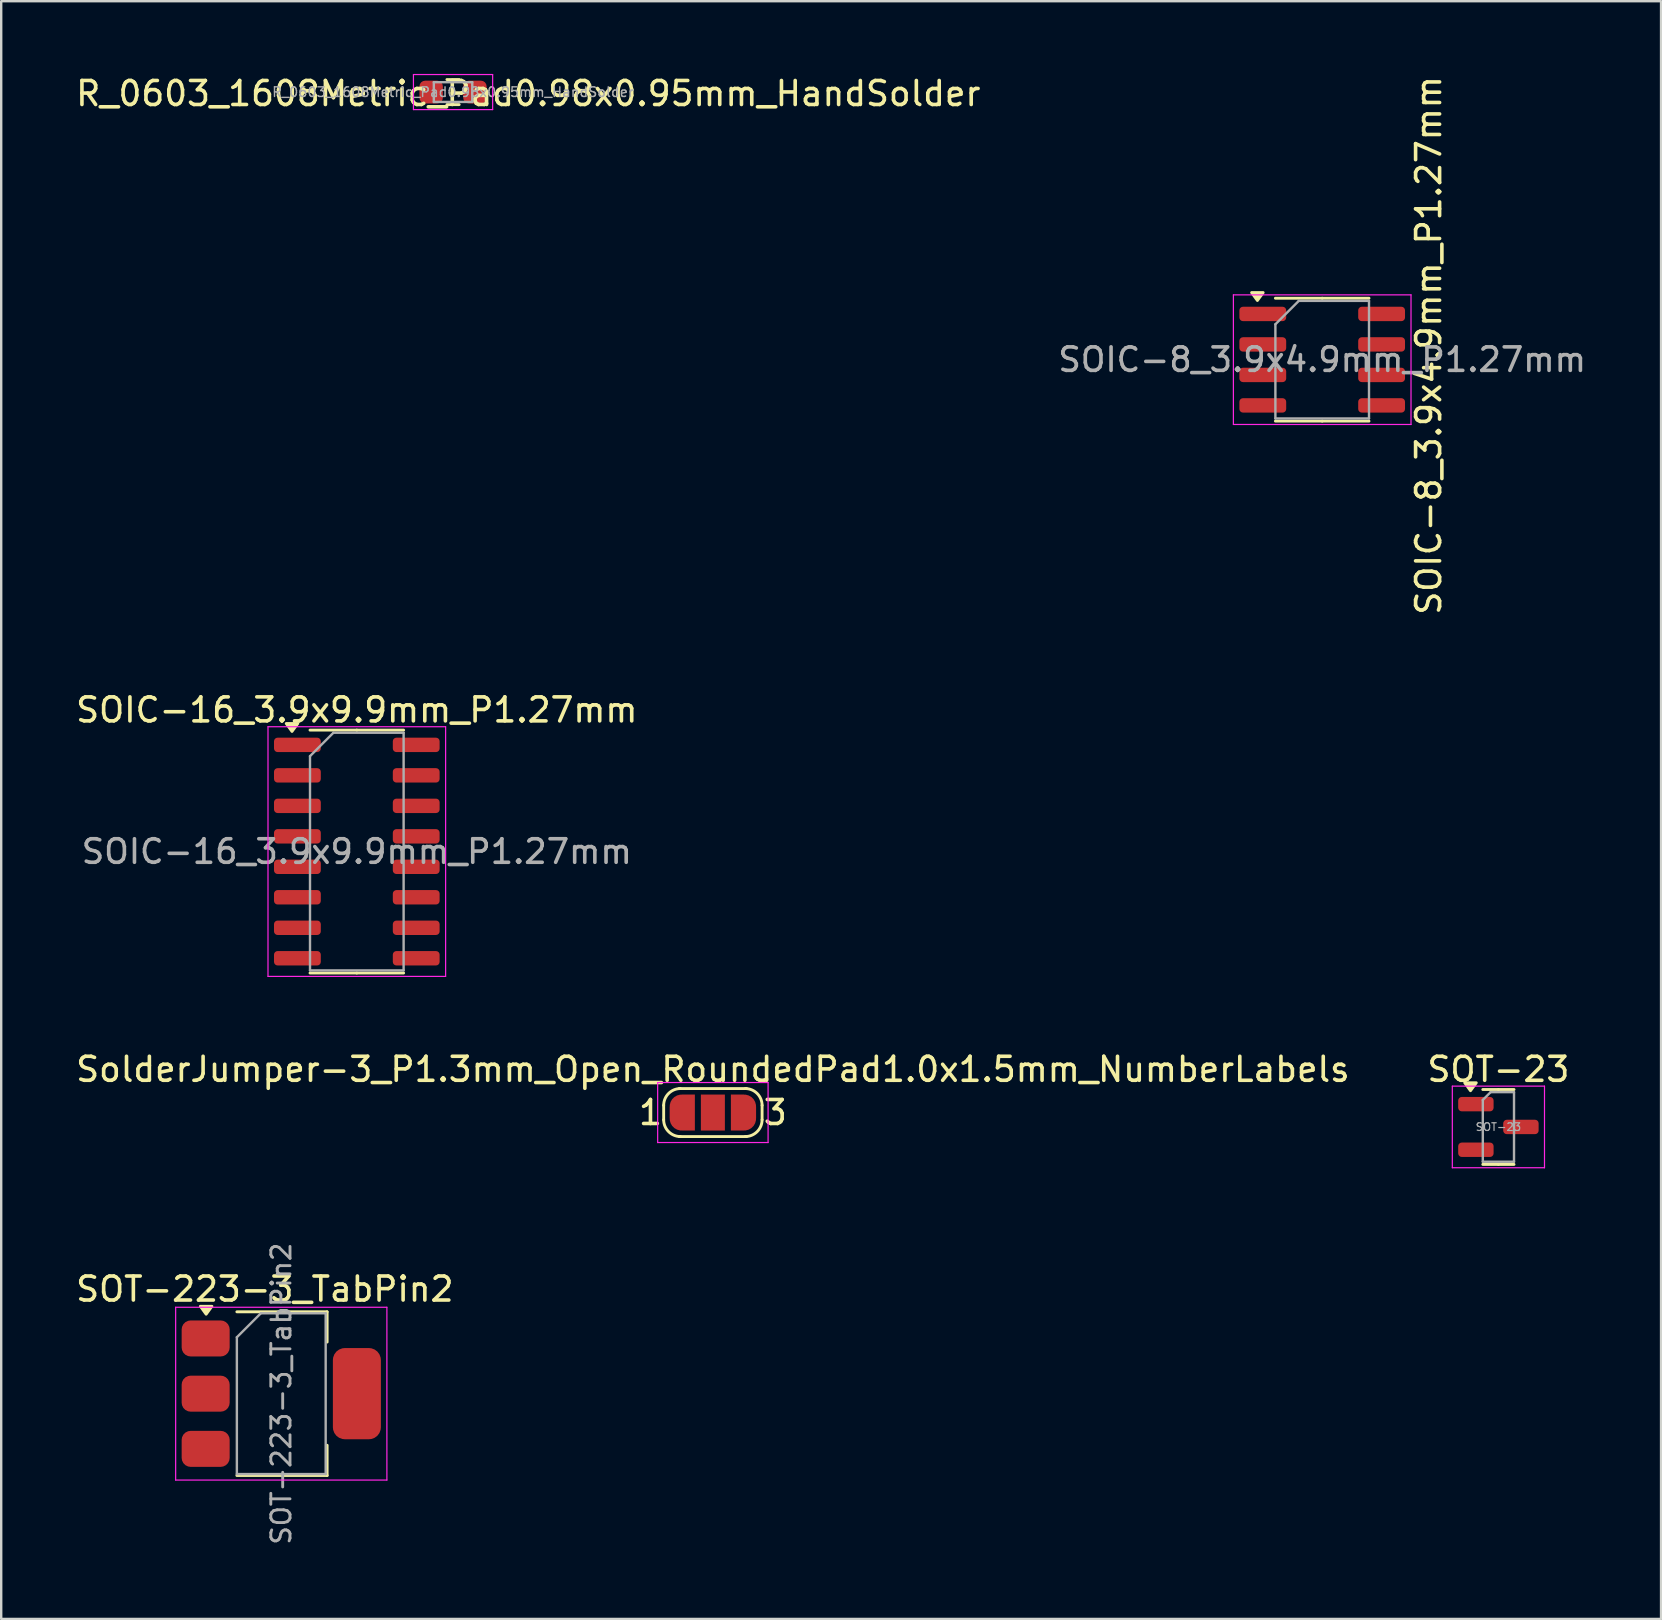
<source format=kicad_pcb>
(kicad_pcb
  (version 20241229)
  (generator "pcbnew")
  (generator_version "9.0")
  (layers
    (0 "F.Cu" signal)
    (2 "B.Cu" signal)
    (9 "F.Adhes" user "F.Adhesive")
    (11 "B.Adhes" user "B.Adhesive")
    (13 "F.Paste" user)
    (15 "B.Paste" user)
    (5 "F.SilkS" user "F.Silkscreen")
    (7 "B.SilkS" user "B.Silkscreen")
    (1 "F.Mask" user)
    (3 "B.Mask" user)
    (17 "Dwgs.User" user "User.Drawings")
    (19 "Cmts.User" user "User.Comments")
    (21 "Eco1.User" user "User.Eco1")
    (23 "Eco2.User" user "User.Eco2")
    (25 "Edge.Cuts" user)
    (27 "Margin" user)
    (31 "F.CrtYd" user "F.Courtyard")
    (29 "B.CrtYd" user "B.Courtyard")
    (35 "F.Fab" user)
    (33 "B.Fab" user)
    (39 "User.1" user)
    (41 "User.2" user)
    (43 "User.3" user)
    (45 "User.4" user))
  (footprint "SOT-223-3_TabPin2"
    (layer "F.Cu")
    (at 8.668 55.011)
    (property "Reference" "SOT-223-3_TabPin2" (at -0.686 -4.356 0) (layer "F.SilkS") (effects (font (size 1 1) (thickness 0.15))))
    (attr smd)
    (fp_line (start -1.85 -3.41) (end 1.91 -3.41) (stroke (width 0.12) (type solid)) (layer "F.SilkS"))
    (fp_line (start -1.85 3.41) (end 1.91 3.41) (stroke (width 0.12) (type solid)) (layer "F.SilkS"))
    (fp_line (start 1.91 -3.41) (end 1.91 -2.15) (stroke (width 0.12) (type solid)) (layer "F.SilkS"))
    (fp_line (start 1.91 3.41) (end 1.91 2.15) (stroke (width 0.12) (type solid)) (layer "F.SilkS"))
    (fp_poly (pts (xy -3.13 -3.31) (xy -3.37 -3.64) (xy -2.89 -3.64) (xy -3.13 -3.31)) (stroke (width 0.12) (type solid)) (fill yes) (layer "F.SilkS"))
    (fp_line (start -4.4 -3.6) (end -4.4 3.6) (stroke (width 0.05) (type solid)) (layer "F.CrtYd"))
    (fp_line (start -4.4 3.6) (end 4.4 3.6) (stroke (width 0.05) (type solid)) (layer "F.CrtYd"))
    (fp_line (start 4.4 -3.6) (end -4.4 -3.6) (stroke (width 0.05) (type solid)) (layer "F.CrtYd"))
    (fp_line (start 4.4 3.6) (end 4.4 -3.6) (stroke (width 0.05) (type solid)) (layer "F.CrtYd"))
    (fp_line (start -1.85 -2.35) (end -1.85 3.35) (stroke (width 0.1) (type solid)) (layer "F.Fab"))
    (fp_line (start -1.85 -2.35) (end -0.85 -3.35) (stroke (width 0.1) (type solid)) (layer "F.Fab"))
    (fp_line (start -1.85 3.35) (end 1.85 3.35) (stroke (width 0.1) (type solid)) (layer "F.Fab"))
    (fp_line (start -0.85 -3.35) (end 1.85 -3.35) (stroke (width 0.1) (type solid)) (layer "F.Fab"))
    (fp_line (start 1.85 -3.35) (end 1.85 3.35) (stroke (width 0.1) (type solid)) (layer "F.Fab"))
    (fp_text user "${REFERENCE}" (at 0 0 90) (layer "F.Fab") (effects (font (size 0.8 0.8) (thickness 0.12))))
    (pad "1" smd roundrect (at -3.15 -2.3) (size 2 1.5) (layers "F.Cu" "F.Mask" "F.Paste") (roundrect_rratio 0.25))
    (pad "2" smd roundrect (at -3.15 0) (size 2 1.5) (layers "F.Cu" "F.Mask" "F.Paste") (roundrect_rratio 0.25))
    (pad "2" smd roundrect (at 3.15 0) (size 2 3.8) (layers "F.Cu" "F.Mask" "F.Paste") (roundrect_rratio 0.25))
    (pad "3" smd roundrect (at -3.15 2.3) (size 2 1.5) (layers "F.Cu" "F.Mask" "F.Paste") (roundrect_rratio 0.25)))
  (footprint "SOIC-8_3.9x4.9mm_P1.27mm"
    (layer "F.Cu")
    (at 52.034 11.934)
    (property "Reference" "SOIC-8_3.9x4.9mm_P1.27mm" (at 4.436 -0.595 90) (layer "F.SilkS") (effects (font (size 1 1) (thickness 0.15))))
    (attr smd)
    (fp_line (start 0 -2.56) (end -1.95 -2.56) (stroke (width 0.12) (type solid)) (layer "F.SilkS"))
    (fp_line (start 0 -2.56) (end 1.95 -2.56) (stroke (width 0.12) (type solid)) (layer "F.SilkS"))
    (fp_line (start 0 2.56) (end -1.95 2.56) (stroke (width 0.12) (type solid)) (layer "F.SilkS"))
    (fp_line (start 0 2.56) (end 1.95 2.56) (stroke (width 0.12) (type solid)) (layer "F.SilkS"))
    (fp_poly (pts (xy -2.7 -2.465) (xy -2.94 -2.795) (xy -2.46 -2.795) (xy -2.7 -2.465)) (stroke (width 0.12) (type solid)) (fill yes) (layer "F.SilkS"))
    (fp_line (start -3.7 -2.7) (end -3.7 2.7) (stroke (width 0.05) (type solid)) (layer "F.CrtYd"))
    (fp_line (start -3.7 2.7) (end 3.7 2.7) (stroke (width 0.05) (type solid)) (layer "F.CrtYd"))
    (fp_line (start 3.7 -2.7) (end -3.7 -2.7) (stroke (width 0.05) (type solid)) (layer "F.CrtYd"))
    (fp_line (start 3.7 2.7) (end 3.7 -2.7) (stroke (width 0.05) (type solid)) (layer "F.CrtYd"))
    (fp_line (start -1.95 -1.475) (end -0.975 -2.45) (stroke (width 0.1) (type solid)) (layer "F.Fab"))
    (fp_line (start -1.95 2.45) (end -1.95 -1.475) (stroke (width 0.1) (type solid)) (layer "F.Fab"))
    (fp_line (start -0.975 -2.45) (end 1.95 -2.45) (stroke (width 0.1) (type solid)) (layer "F.Fab"))
    (fp_line (start 1.95 -2.45) (end 1.95 2.45) (stroke (width 0.1) (type solid)) (layer "F.Fab"))
    (fp_line (start 1.95 2.45) (end -1.95 2.45) (stroke (width 0.1) (type solid)) (layer "F.Fab"))
    (fp_text user "${REFERENCE}" (at 0 0 0) (layer "F.Fab") (effects (font (size 0.98 0.98) (thickness 0.15))))
    (pad "1" smd roundrect (at -2.475 -1.905) (size 1.95 0.6) (layers "F.Cu" "F.Mask" "F.Paste") (roundrect_rratio 0.25))
    (pad "2" smd roundrect (at -2.475 -0.635) (size 1.95 0.6) (layers "F.Cu" "F.Mask" "F.Paste") (roundrect_rratio 0.25))
    (pad "3" smd roundrect (at -2.475 0.635) (size 1.95 0.6) (layers "F.Cu" "F.Mask" "F.Paste") (roundrect_rratio 0.25))
    (pad "4" smd roundrect (at -2.475 1.905) (size 1.95 0.6) (layers "F.Cu" "F.Mask" "F.Paste") (roundrect_rratio 0.25))
    (pad "5" smd roundrect (at 2.475 1.905) (size 1.95 0.6) (layers "F.Cu" "F.Mask" "F.Paste") (roundrect_rratio 0.25))
    (pad "6" smd roundrect (at 2.475 0.635) (size 1.95 0.6) (layers "F.Cu" "F.Mask" "F.Paste") (roundrect_rratio 0.25))
    (pad "7" smd roundrect (at 2.475 -0.635) (size 1.95 0.6) (layers "F.Cu" "F.Mask" "F.Paste") (roundrect_rratio 0.25))
    (pad "8" smd roundrect (at 2.475 -1.905) (size 1.95 0.6) (layers "F.Cu" "F.Mask" "F.Paste") (roundrect_rratio 0.25)))
  (footprint "SOT-23"
    (layer "F.Cu")
    (at 59.375 43.9)
    (property "Reference" "SOT-23" (at 0 -2.4 0) (layer "F.SilkS") (effects (font (size 1 1) (thickness 0.15))))
    (attr smd)
    (fp_line (start 0 -1.56) (end -0.65 -1.56) (stroke (width 0.12) (type solid)) (layer "F.SilkS"))
    (fp_line (start 0 -1.56) (end 0.65 -1.56) (stroke (width 0.12) (type solid)) (layer "F.SilkS"))
    (fp_line (start 0 1.56) (end -0.65 1.56) (stroke (width 0.12) (type solid)) (layer "F.SilkS"))
    (fp_line (start 0 1.56) (end 0.65 1.56) (stroke (width 0.12) (type solid)) (layer "F.SilkS"))
    (fp_poly (pts (xy -1.163 -1.51) (xy -1.403 -1.84) (xy -0.922 -1.84) (xy -1.163 -1.51)) (stroke (width 0.12) (type solid)) (fill yes) (layer "F.SilkS"))
    (fp_line (start -1.92 -1.7) (end -1.92 1.7) (stroke (width 0.05) (type solid)) (layer "F.CrtYd"))
    (fp_line (start -1.92 1.7) (end 1.92 1.7) (stroke (width 0.05) (type solid)) (layer "F.CrtYd"))
    (fp_line (start 1.92 -1.7) (end -1.92 -1.7) (stroke (width 0.05) (type solid)) (layer "F.CrtYd"))
    (fp_line (start 1.92 1.7) (end 1.92 -1.7) (stroke (width 0.05) (type solid)) (layer "F.CrtYd"))
    (fp_line (start -0.65 -1.125) (end -0.325 -1.45) (stroke (width 0.1) (type solid)) (layer "F.Fab"))
    (fp_line (start -0.65 1.45) (end -0.65 -1.125) (stroke (width 0.1) (type solid)) (layer "F.Fab"))
    (fp_line (start -0.325 -1.45) (end 0.65 -1.45) (stroke (width 0.1) (type solid)) (layer "F.Fab"))
    (fp_line (start 0.65 -1.45) (end 0.65 1.45) (stroke (width 0.1) (type solid)) (layer "F.Fab"))
    (fp_line (start 0.65 1.45) (end -0.65 1.45) (stroke (width 0.1) (type solid)) (layer "F.Fab"))
    (fp_text user "${REFERENCE}" (at 0 0 0) (layer "F.Fab") (effects (font (size 0.32 0.32) (thickness 0.05))))
    (pad "1" smd roundrect (at -0.938 -0.95) (size 1.475 0.6) (layers "F.Cu" "F.Mask" "F.Paste") (roundrect_rratio 0.25))
    (pad "2" smd roundrect (at -0.938 0.95) (size 1.475 0.6) (layers "F.Cu" "F.Mask" "F.Paste") (roundrect_rratio 0.25))
    (pad "3" smd roundrect (at 0.938 0) (size 1.475 0.6) (layers "F.Cu" "F.Mask" "F.Paste") (roundrect_rratio 0.25)))
  (footprint "SolderJumper-3_P1.3mm_Open_RoundedPad1.0x1.5mm_NumberLabels"
    (layer "F.Cu")
    (at 26.649 43.3)
    (property "Reference" "SolderJumper-3_P1.3mm_Open_RoundedPad1.0x1.5mm_NumberLabels" (at 0 -1.8 0) (layer "F.SilkS") (effects (font (size 1 1) (thickness 0.15))))
    (attr exclude_from_pos_files exclude_from_bom)
    (fp_line (start -2.05 0.3) (end -2.05 -0.3) (stroke (width 0.12) (type solid)) (layer "F.SilkS"))
    (fp_line (start -1.4 -1) (end 1.4 -1) (stroke (width 0.12) (type solid)) (layer "F.SilkS"))
    (fp_line (start 1.4 1) (end -1.4 1) (stroke (width 0.12) (type solid)) (layer "F.SilkS"))
    (fp_line (start 2.05 -0.3) (end 2.05 0.3) (stroke (width 0.12) (type solid)) (layer "F.SilkS"))
    (fp_arc (start -2.05 -0.3) (mid -1.844975 -0.794975) (end -1.35 -1) (stroke (width 0.12) (type solid)) (layer "F.SilkS"))
    (fp_arc (start -1.35 1) (mid -1.844975 0.794975) (end -2.05 0.3) (stroke (width 0.12) (type solid)) (layer "F.SilkS"))
    (fp_arc (start 1.35 -1) (mid 1.844975 -0.794975) (end 2.05 -0.3) (stroke (width 0.12) (type solid)) (layer "F.SilkS"))
    (fp_arc (start 2.05 0.3) (mid 1.844975 0.794975) (end 1.35 1) (stroke (width 0.12) (type solid)) (layer "F.SilkS"))
    (fp_line (start -2.3 -1.25) (end -2.3 1.25) (stroke (width 0.05) (type solid)) (layer "F.CrtYd"))
    (fp_line (start -2.3 -1.25) (end 2.3 -1.25) (stroke (width 0.05) (type solid)) (layer "F.CrtYd"))
    (fp_line (start 2.3 1.25) (end -2.3 1.25) (stroke (width 0.05) (type solid)) (layer "F.CrtYd"))
    (fp_line (start 2.3 1.25) (end 2.3 -1.25) (stroke (width 0.05) (type solid)) (layer "F.CrtYd"))
    (fp_text user "3" (at 2.6 0 0) (layer "F.SilkS") (effects (font (size 1 1) (thickness 0.15))))
    (fp_text user "1" (at -2.6 0 0) (layer "F.SilkS") (effects (font (size 1 1) (thickness 0.15))))
    (pad "1" smd custom (at -1.3 0) (size 1 0.5) (layers "F.Cu" "F.Mask") (options (anchor rect)) (primitives (gr_circle (center 0 0.25) (end 0.5 0.25) (width 0) (fill yes)) (gr_circle (center 0 -0.25) (end 0.5 -0.25) (width 0) (fill yes)) (gr_poly (pts (xy 0.55 0.75) (xy 0 0.75) (xy 0 -0.75) (xy 0.55 -0.75)) (width 0) (fill yes))))
    (pad "2" smd rect (at 0 0) (size 1 1.5) (layers "F.Cu" "F.Mask"))
    (pad "3" smd custom (at 1.3 0) (size 1 0.5) (layers "F.Cu" "F.Mask") (options (anchor rect)) (primitives (gr_circle (center 0 0.25) (end 0.5 0.25) (width 0) (fill yes)) (gr_circle (center 0 -0.25) (end 0.5 -0.25) (width 0) (fill yes)) (gr_poly (pts (xy 0 0.75) (xy -0.55 0.75) (xy -0.55 -0.75) (xy 0 -0.75)) (width 0) (fill yes)))))
  (footprint "SOIC-16_3.9x9.9mm_P1.27mm"
    (layer "F.Cu")
    (at 11.815 32.427)
    (property "Reference" "SOIC-16_3.9x9.9mm_P1.27mm" (at 0 -5.9 0) (layer "F.SilkS") (effects (font (size 1 1) (thickness 0.15))))
    (attr smd)
    (fp_line (start 0 -5.06) (end -1.95 -5.06) (stroke (width 0.12) (type solid)) (layer "F.SilkS"))
    (fp_line (start 0 -5.06) (end 1.95 -5.06) (stroke (width 0.12) (type solid)) (layer "F.SilkS"))
    (fp_line (start 0 5.06) (end -1.95 5.06) (stroke (width 0.12) (type solid)) (layer "F.SilkS"))
    (fp_line (start 0 5.06) (end 1.95 5.06) (stroke (width 0.12) (type solid)) (layer "F.SilkS"))
    (fp_poly (pts (xy -2.7 -5.005) (xy -2.94 -5.335) (xy -2.46 -5.335) (xy -2.7 -5.005)) (stroke (width 0.12) (type solid)) (fill yes) (layer "F.SilkS"))
    (fp_line (start -3.7 -5.2) (end -3.7 5.2) (stroke (width 0.05) (type solid)) (layer "F.CrtYd"))
    (fp_line (start -3.7 5.2) (end 3.7 5.2) (stroke (width 0.05) (type solid)) (layer "F.CrtYd"))
    (fp_line (start 3.7 -5.2) (end -3.7 -5.2) (stroke (width 0.05) (type solid)) (layer "F.CrtYd"))
    (fp_line (start 3.7 5.2) (end 3.7 -5.2) (stroke (width 0.05) (type solid)) (layer "F.CrtYd"))
    (fp_line (start -1.95 -3.975) (end -0.975 -4.95) (stroke (width 0.1) (type solid)) (layer "F.Fab"))
    (fp_line (start -1.95 4.95) (end -1.95 -3.975) (stroke (width 0.1) (type solid)) (layer "F.Fab"))
    (fp_line (start -0.975 -4.95) (end 1.95 -4.95) (stroke (width 0.1) (type solid)) (layer "F.Fab"))
    (fp_line (start 1.95 -4.95) (end 1.95 4.95) (stroke (width 0.1) (type solid)) (layer "F.Fab"))
    (fp_line (start 1.95 4.95) (end -1.95 4.95) (stroke (width 0.1) (type solid)) (layer "F.Fab"))
    (fp_text user "${REFERENCE}" (at 0 0 0) (layer "F.Fab") (effects (font (size 0.98 0.98) (thickness 0.15))))
    (pad "1" smd roundrect (at -2.475 -4.445) (size 1.95 0.6) (layers "F.Cu" "F.Mask" "F.Paste") (roundrect_rratio 0.25))
    (pad "2" smd roundrect (at -2.475 -3.175) (size 1.95 0.6) (layers "F.Cu" "F.Mask" "F.Paste") (roundrect_rratio 0.25))
    (pad "3" smd roundrect (at -2.475 -1.905) (size 1.95 0.6) (layers "F.Cu" "F.Mask" "F.Paste") (roundrect_rratio 0.25))
    (pad "4" smd roundrect (at -2.475 -0.635) (size 1.95 0.6) (layers "F.Cu" "F.Mask" "F.Paste") (roundrect_rratio 0.25))
    (pad "5" smd roundrect (at -2.475 0.635) (size 1.95 0.6) (layers "F.Cu" "F.Mask" "F.Paste") (roundrect_rratio 0.25))
    (pad "6" smd roundrect (at -2.475 1.905) (size 1.95 0.6) (layers "F.Cu" "F.Mask" "F.Paste") (roundrect_rratio 0.25))
    (pad "7" smd roundrect (at -2.475 3.175) (size 1.95 0.6) (layers "F.Cu" "F.Mask" "F.Paste") (roundrect_rratio 0.25))
    (pad "8" smd roundrect (at -2.475 4.445) (size 1.95 0.6) (layers "F.Cu" "F.Mask" "F.Paste") (roundrect_rratio 0.25))
    (pad "9" smd roundrect (at 2.475 4.445) (size 1.95 0.6) (layers "F.Cu" "F.Mask" "F.Paste") (roundrect_rratio 0.25))
    (pad "10" smd roundrect (at 2.475 3.175) (size 1.95 0.6) (layers "F.Cu" "F.Mask" "F.Paste") (roundrect_rratio 0.25))
    (pad "11" smd roundrect (at 2.475 1.905) (size 1.95 0.6) (layers "F.Cu" "F.Mask" "F.Paste") (roundrect_rratio 0.25))
    (pad "12" smd roundrect (at 2.475 0.635) (size 1.95 0.6) (layers "F.Cu" "F.Mask" "F.Paste") (roundrect_rratio 0.25))
    (pad "13" smd roundrect (at 2.475 -0.635) (size 1.95 0.6) (layers "F.Cu" "F.Mask" "F.Paste") (roundrect_rratio 0.25))
    (pad "14" smd roundrect (at 2.475 -1.905) (size 1.95 0.6) (layers "F.Cu" "F.Mask" "F.Paste") (roundrect_rratio 0.25))
    (pad "15" smd roundrect (at 2.475 -3.175) (size 1.95 0.6) (layers "F.Cu" "F.Mask" "F.Paste") (roundrect_rratio 0.25))
    (pad "16" smd roundrect (at 2.475 -4.445) (size 1.95 0.6) (layers "F.Cu" "F.Mask" "F.Paste") (roundrect_rratio 0.25)))
  (footprint "R_0603_1608Metric_Pad0.98x0.95mm_HandSolder"
    (layer "F.Cu")
    (at 15.824 0.786)
    (property "Reference" "R_0603_1608Metric_Pad0.98x0.95mm_HandSolder" (at 3.135 0.062 0) (layer "F.SilkS") (effects (font (size 1 1) (thickness 0.15))))
    (attr smd)
    (fp_line (start -0.255 -0.522) (end 0.255 -0.522) (stroke (width 0.12) (type solid)) (layer "F.SilkS"))
    (fp_line (start -0.255 0.522) (end 0.255 0.522) (stroke (width 0.12) (type solid)) (layer "F.SilkS"))
    (fp_line (start -1.65 -0.73) (end 1.65 -0.73) (stroke (width 0.05) (type solid)) (layer "F.CrtYd"))
    (fp_line (start -1.65 0.73) (end -1.65 -0.73) (stroke (width 0.05) (type solid)) (layer "F.CrtYd"))
    (fp_line (start 1.65 -0.73) (end 1.65 0.73) (stroke (width 0.05) (type solid)) (layer "F.CrtYd"))
    (fp_line (start 1.65 0.73) (end -1.65 0.73) (stroke (width 0.05) (type solid)) (layer "F.CrtYd"))
    (fp_line (start -0.8 -0.412) (end 0.8 -0.412) (stroke (width 0.1) (type solid)) (layer "F.Fab"))
    (fp_line (start -0.8 0.412) (end -0.8 -0.412) (stroke (width 0.1) (type solid)) (layer "F.Fab"))
    (fp_line (start 0.8 -0.412) (end 0.8 0.412) (stroke (width 0.1) (type solid)) (layer "F.Fab"))
    (fp_line (start 0.8 0.412) (end -0.8 0.412) (stroke (width 0.1) (type solid)) (layer "F.Fab"))
    (fp_text user "${REFERENCE}" (at 0 0 0) (layer "F.Fab") (effects (font (size 0.4 0.4) (thickness 0.06))))
    (pad "1" smd roundrect (at -0.912 0) (size 0.975 0.95) (layers "F.Cu" "F.Mask" "F.Paste") (roundrect_rratio 0.25))
    (pad "2" smd roundrect (at 0.912 0) (size 0.975 0.95) (layers "F.Cu" "F.Mask" "F.Paste") (roundrect_rratio 0.25)))
  (gr_rect
    (start -3 -3)
    (end 66.151 64.397)
    (stroke (width 0.1) (type default))
    (fill no)
    (layer "Edge.Cuts")))
</source>
